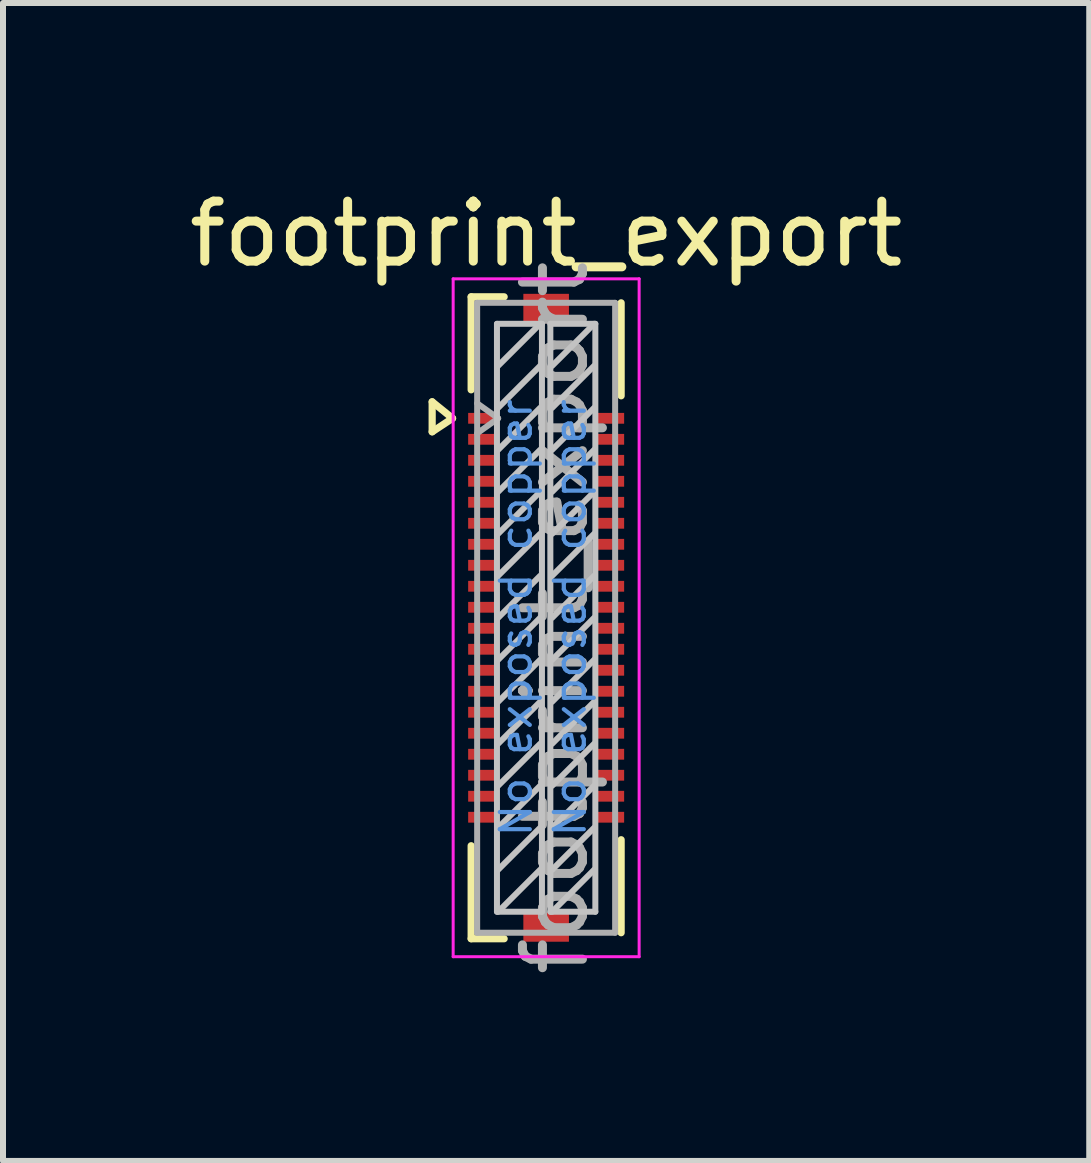
<source format=kicad_pcb>
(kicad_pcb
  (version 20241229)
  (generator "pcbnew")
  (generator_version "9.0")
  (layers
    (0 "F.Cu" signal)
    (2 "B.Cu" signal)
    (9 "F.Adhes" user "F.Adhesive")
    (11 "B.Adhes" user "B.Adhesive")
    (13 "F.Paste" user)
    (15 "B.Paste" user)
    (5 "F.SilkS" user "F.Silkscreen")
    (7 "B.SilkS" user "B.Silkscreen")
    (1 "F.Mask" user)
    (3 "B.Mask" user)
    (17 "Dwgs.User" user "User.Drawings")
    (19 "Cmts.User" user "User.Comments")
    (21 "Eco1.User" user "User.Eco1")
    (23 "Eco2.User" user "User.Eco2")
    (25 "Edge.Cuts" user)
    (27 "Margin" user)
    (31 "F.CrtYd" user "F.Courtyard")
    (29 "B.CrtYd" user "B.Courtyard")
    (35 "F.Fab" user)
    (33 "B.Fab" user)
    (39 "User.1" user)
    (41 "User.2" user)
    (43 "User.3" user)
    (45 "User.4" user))
  (footprint "footprint_export"
    (layer "F.Cu")
    (at 6.054 7.248)
    (property "Reference" "footprint_export" (at 0 -6.4 0) (layer "F.SilkS") (effects (font (size 1 1) (thickness 0.15))))
    (attr smd)
    (fp_line (start -1.9 -3.6) (end -1.56 -3.325) (stroke (width 0.12) (type solid)) (layer "F.SilkS"))
    (fp_line (start -1.9 -3.1) (end -1.9 -3.6) (stroke (width 0.12) (type solid)) (layer "F.SilkS"))
    (fp_line (start -1.56 -3.325) (end -1.9 -3.1) (stroke (width 0.12) (type solid)) (layer "F.SilkS"))
    (fp_line (start -1.25 -5.35) (end -1.25 -3.8) (stroke (width 0.12) (type solid)) (layer "F.SilkS"))
    (fp_line (start -1.25 -5.35) (end -0.7 -5.35) (stroke (width 0.12) (type solid)) (layer "F.SilkS"))
    (fp_line (start -1.25 5.35) (end -1.25 3.8) (stroke (width 0.12) (type solid)) (layer "F.SilkS"))
    (fp_line (start -1.25 5.35) (end -0.7 5.35) (stroke (width 0.12) (type solid)) (layer "F.SilkS"))
    (fp_line (start 1.25 -5.25) (end 1.25 -3.7) (stroke (width 0.12) (type solid)) (layer "F.SilkS"))
    (fp_line (start 1.25 3.7) (end 1.25 5.25) (stroke (width 0.12) (type solid)) (layer "F.SilkS"))
    (fp_line (start -0.82 -4.9) (end -0.82 4.9) (stroke (width 0.1) (type solid)) (layer "Dwgs.User"))
    (fp_line (start -0.82 4.9) (end -0.07 4.9) (stroke (width 0.1) (type solid)) (layer "Dwgs.User"))
    (fp_line (start -0.8 -3.5) (end -0.1 -4.2) (stroke (width 0.1) (type solid)) (layer "Dwgs.User"))
    (fp_line (start -0.8 -2.8) (end -0.1 -3.5) (stroke (width 0.1) (type solid)) (layer "Dwgs.User"))
    (fp_line (start -0.8 -2.1) (end -0.1 -2.8) (stroke (width 0.1) (type solid)) (layer "Dwgs.User"))
    (fp_line (start -0.8 -1.4) (end -0.1 -2.1) (stroke (width 0.1) (type solid)) (layer "Dwgs.User"))
    (fp_line (start -0.8 -0.7) (end -0.1 -1.4) (stroke (width 0.1) (type solid)) (layer "Dwgs.User"))
    (fp_line (start -0.8 0) (end -0.1 -0.7) (stroke (width 0.1) (type solid)) (layer "Dwgs.User"))
    (fp_line (start -0.8 0.7) (end -0.1 0) (stroke (width 0.1) (type solid)) (layer "Dwgs.User"))
    (fp_line (start -0.8 1.4) (end -0.1 0.7) (stroke (width 0.1) (type solid)) (layer "Dwgs.User"))
    (fp_line (start -0.8 2.1) (end -0.1 1.4) (stroke (width 0.1) (type solid)) (layer "Dwgs.User"))
    (fp_line (start -0.8 2.8) (end -0.1 2.1) (stroke (width 0.1) (type solid)) (layer "Dwgs.User"))
    (fp_line (start -0.8 3.5) (end -0.1 2.8) (stroke (width 0.1) (type solid)) (layer "Dwgs.User"))
    (fp_line (start -0.8 4.2) (end -0.1 3.5) (stroke (width 0.1) (type solid)) (layer "Dwgs.User"))
    (fp_line (start -0.8 4.9) (end -0.1 4.2) (stroke (width 0.1) (type solid)) (layer "Dwgs.User"))
    (fp_line (start -0.1 -4.9) (end -0.8 -4.2) (stroke (width 0.1) (type solid)) (layer "Dwgs.User"))
    (fp_line (start -0.07 -4.9) (end -0.82 -4.9) (stroke (width 0.1) (type solid)) (layer "Dwgs.User"))
    (fp_line (start -0.07 4.9) (end -0.07 -4.9) (stroke (width 0.1) (type solid)) (layer "Dwgs.User"))
    (fp_line (start 0.07 -4.9) (end 0.07 4.9) (stroke (width 0.1) (type solid)) (layer "Dwgs.User"))
    (fp_line (start 0.07 4.9) (end 0.82 4.9) (stroke (width 0.1) (type solid)) (layer "Dwgs.User"))
    (fp_line (start 0.1 -4.2) (end 0.8 -4.9) (stroke (width 0.1) (type solid)) (layer "Dwgs.User"))
    (fp_line (start 0.1 -3.5) (end 0.8 -4.2) (stroke (width 0.1) (type solid)) (layer "Dwgs.User"))
    (fp_line (start 0.1 -2.8) (end 0.8 -3.5) (stroke (width 0.1) (type solid)) (layer "Dwgs.User"))
    (fp_line (start 0.1 -2.1) (end 0.8 -2.8) (stroke (width 0.1) (type solid)) (layer "Dwgs.User"))
    (fp_line (start 0.1 -1.4) (end 0.8 -2.1) (stroke (width 0.1) (type solid)) (layer "Dwgs.User"))
    (fp_line (start 0.1 -0.7) (end 0.8 -1.4) (stroke (width 0.1) (type solid)) (layer "Dwgs.User"))
    (fp_line (start 0.1 0) (end 0.8 -0.7) (stroke (width 0.1) (type solid)) (layer "Dwgs.User"))
    (fp_line (start 0.1 0.7) (end 0.8 0) (stroke (width 0.1) (type solid)) (layer "Dwgs.User"))
    (fp_line (start 0.1 1.4) (end 0.8 0.7) (stroke (width 0.1) (type solid)) (layer "Dwgs.User"))
    (fp_line (start 0.1 2.1) (end 0.8 1.4) (stroke (width 0.1) (type solid)) (layer "Dwgs.User"))
    (fp_line (start 0.1 2.8) (end 0.8 2.1) (stroke (width 0.1) (type solid)) (layer "Dwgs.User"))
    (fp_line (start 0.1 3.5) (end 0.8 2.8) (stroke (width 0.1) (type solid)) (layer "Dwgs.User"))
    (fp_line (start 0.1 4.2) (end 0.8 3.5) (stroke (width 0.1) (type solid)) (layer "Dwgs.User"))
    (fp_line (start 0.1 4.9) (end 0.8 4.2) (stroke (width 0.1) (type solid)) (layer "Dwgs.User"))
    (fp_line (start 0.82 -4.9) (end 0.07 -4.9) (stroke (width 0.1) (type solid)) (layer "Dwgs.User"))
    (fp_line (start 0.82 4.9) (end 0.82 -4.9) (stroke (width 0.1) (type solid)) (layer "Dwgs.User"))
    (fp_line (start -1.55 -5.65) (end 1.55 -5.65) (stroke (width 0.05) (type solid)) (layer "F.CrtYd"))
    (fp_line (start -1.55 5.65) (end -1.55 -5.65) (stroke (width 0.05) (type solid)) (layer "F.CrtYd"))
    (fp_line (start 1.55 -5.65) (end 1.55 5.65) (stroke (width 0.05) (type solid)) (layer "F.CrtYd"))
    (fp_line (start 1.55 5.65) (end -1.55 5.65) (stroke (width 0.05) (type solid)) (layer "F.CrtYd"))
    (fp_line (start -1.15 -5.25) (end -1.15 5.25) (stroke (width 0.1) (type solid)) (layer "F.Fab"))
    (fp_line (start -1.15 -5.25) (end 1.15 -5.25) (stroke (width 0.1) (type solid)) (layer "F.Fab"))
    (fp_line (start -1.15 -3.575) (end -0.8 -3.325) (stroke (width 0.1) (type solid)) (layer "F.Fab"))
    (fp_line (start -1.15 5.25) (end 1.15 5.25) (stroke (width 0.1) (type solid)) (layer "F.Fab"))
    (fp_line (start -0.8 -3.325) (end -1.15 -3.075) (stroke (width 0.1) (type solid)) (layer "F.Fab"))
    (fp_line (start 1.15 -5.25) (end 1.15 5.25) (stroke (width 0.1) (type solid)) (layer "F.Fab"))
    (fp_text user "No exposed copper" (at -0.5 0 90) (layer "Cmts.User") (effects (font (size 0.5 0.5) (thickness 0.07))))
    (fp_text user "No exposed copper" (at 0.4 0 90) (layer "Cmts.User") (effects (font (size 0.5 0.5) (thickness 0.07))))
    (fp_text user "${REFERENCE}" (at 0.15 0 90) (layer "F.Fab") (effects (font (size 1 1) (thickness 0.15))))
    (pad "1" smd rect (at -1.06 -3.325 90) (size 0.18 0.48) (layers "F.Cu" "F.Mask" "F.Paste"))
    (pad "2" smd rect (at 1.06 -3.325 90) (size 0.18 0.48) (layers "F.Cu" "F.Mask" "F.Paste"))
    (pad "3" smd rect (at -1.06 -2.975 90) (size 0.18 0.48) (layers "F.Cu" "F.Mask" "F.Paste"))
    (pad "4" smd rect (at 1.06 -2.975 90) (size 0.18 0.48) (layers "F.Cu" "F.Mask" "F.Paste"))
    (pad "5" smd rect (at -1.06 -2.625 90) (size 0.18 0.48) (layers "F.Cu" "F.Mask" "F.Paste"))
    (pad "6" smd rect (at 1.06 -2.625 90) (size 0.18 0.48) (layers "F.Cu" "F.Mask" "F.Paste"))
    (pad "7" smd rect (at -1.06 -2.275 90) (size 0.18 0.48) (layers "F.Cu" "F.Mask" "F.Paste"))
    (pad "8" smd rect (at 1.06 -2.275 90) (size 0.18 0.48) (layers "F.Cu" "F.Mask" "F.Paste"))
    (pad "9" smd rect (at -1.06 -1.925 90) (size 0.18 0.48) (layers "F.Cu" "F.Mask" "F.Paste"))
    (pad "10" smd rect (at 1.06 -1.925 90) (size 0.18 0.48) (layers "F.Cu" "F.Mask" "F.Paste"))
    (pad "11" smd rect (at -1.06 -1.575 90) (size 0.18 0.48) (layers "F.Cu" "F.Mask" "F.Paste"))
    (pad "12" smd rect (at 1.06 -1.575 90) (size 0.18 0.48) (layers "F.Cu" "F.Mask" "F.Paste"))
    (pad "13" smd rect (at -1.06 -1.225 90) (size 0.18 0.48) (layers "F.Cu" "F.Mask" "F.Paste"))
    (pad "14" smd rect (at 1.06 -1.225 90) (size 0.18 0.48) (layers "F.Cu" "F.Mask" "F.Paste"))
    (pad "15" smd rect (at -1.06 -0.875 90) (size 0.18 0.48) (layers "F.Cu" "F.Mask" "F.Paste"))
    (pad "16" smd rect (at 1.06 -0.875 90) (size 0.18 0.48) (layers "F.Cu" "F.Mask" "F.Paste"))
    (pad "17" smd rect (at -1.06 -0.525 90) (size 0.18 0.48) (layers "F.Cu" "F.Mask" "F.Paste"))
    (pad "18" smd rect (at 1.06 -0.525 90) (size 0.18 0.48) (layers "F.Cu" "F.Mask" "F.Paste"))
    (pad "19" smd rect (at -1.06 -0.175 90) (size 0.18 0.48) (layers "F.Cu" "F.Mask" "F.Paste"))
    (pad "20" smd rect (at 1.06 -0.175 90) (size 0.18 0.48) (layers "F.Cu" "F.Mask" "F.Paste"))
    (pad "21" smd rect (at -1.06 0.175 90) (size 0.18 0.48) (layers "F.Cu" "F.Mask" "F.Paste"))
    (pad "22" smd rect (at 1.06 0.175 90) (size 0.18 0.48) (layers "F.Cu" "F.Mask" "F.Paste"))
    (pad "23" smd rect (at -1.06 0.525 90) (size 0.18 0.48) (layers "F.Cu" "F.Mask" "F.Paste"))
    (pad "24" smd rect (at 1.06 0.525 90) (size 0.18 0.48) (layers "F.Cu" "F.Mask" "F.Paste"))
    (pad "25" smd rect (at -1.06 0.875 90) (size 0.18 0.48) (layers "F.Cu" "F.Mask" "F.Paste"))
    (pad "26" smd rect (at 1.06 0.875 90) (size 0.18 0.48) (layers "F.Cu" "F.Mask" "F.Paste"))
    (pad "27" smd rect (at -1.06 1.225 90) (size 0.18 0.48) (layers "F.Cu" "F.Mask" "F.Paste"))
    (pad "28" smd rect (at 1.06 1.225 90) (size 0.18 0.48) (layers "F.Cu" "F.Mask" "F.Paste"))
    (pad "29" smd rect (at -1.06 1.575 90) (size 0.18 0.48) (layers "F.Cu" "F.Mask" "F.Paste"))
    (pad "30" smd rect (at 1.06 1.575 90) (size 0.18 0.48) (layers "F.Cu" "F.Mask" "F.Paste"))
    (pad "31" smd rect (at -1.06 1.925 90) (size 0.18 0.48) (layers "F.Cu" "F.Mask" "F.Paste"))
    (pad "32" smd rect (at 1.06 1.925 90) (size 0.18 0.48) (layers "F.Cu" "F.Mask" "F.Paste"))
    (pad "33" smd rect (at -1.06 2.275 90) (size 0.18 0.48) (layers "F.Cu" "F.Mask" "F.Paste"))
    (pad "34" smd rect (at 1.06 2.275 90) (size 0.18 0.48) (layers "F.Cu" "F.Mask" "F.Paste"))
    (pad "35" smd rect (at -1.06 2.625 90) (size 0.18 0.48) (layers "F.Cu" "F.Mask" "F.Paste"))
    (pad "36" smd rect (at 1.06 2.625 90) (size 0.18 0.48) (layers "F.Cu" "F.Mask" "F.Paste"))
    (pad "37" smd rect (at -1.06 2.975 90) (size 0.18 0.48) (layers "F.Cu" "F.Mask" "F.Paste"))
    (pad "38" smd rect (at 1.06 2.975 90) (size 0.18 0.48) (layers "F.Cu" "F.Mask" "F.Paste"))
    (pad "39" smd rect (at -1.06 3.325 90) (size 0.18 0.48) (layers "F.Cu" "F.Mask" "F.Paste"))
    (pad "40" smd rect (at 1.06 3.325 90) (size 0.18 0.48) (layers "F.Cu" "F.Mask" "F.Paste"))
    (pad "41" smd rect (at 0 -5.155 90) (size 0.49 0.76) (layers "F.Cu" "F.Mask" "F.Paste"))
    (pad "42" smd rect (at 0 5.155 90) (size 0.49 0.76) (layers "F.Cu" "F.Mask" "F.Paste")))
  (gr_rect
    (start -3 -3)
    (end 15.107 16.302)
    (stroke (width 0.1) (type default))
    (fill no)
    (layer "Edge.Cuts")))
</source>
